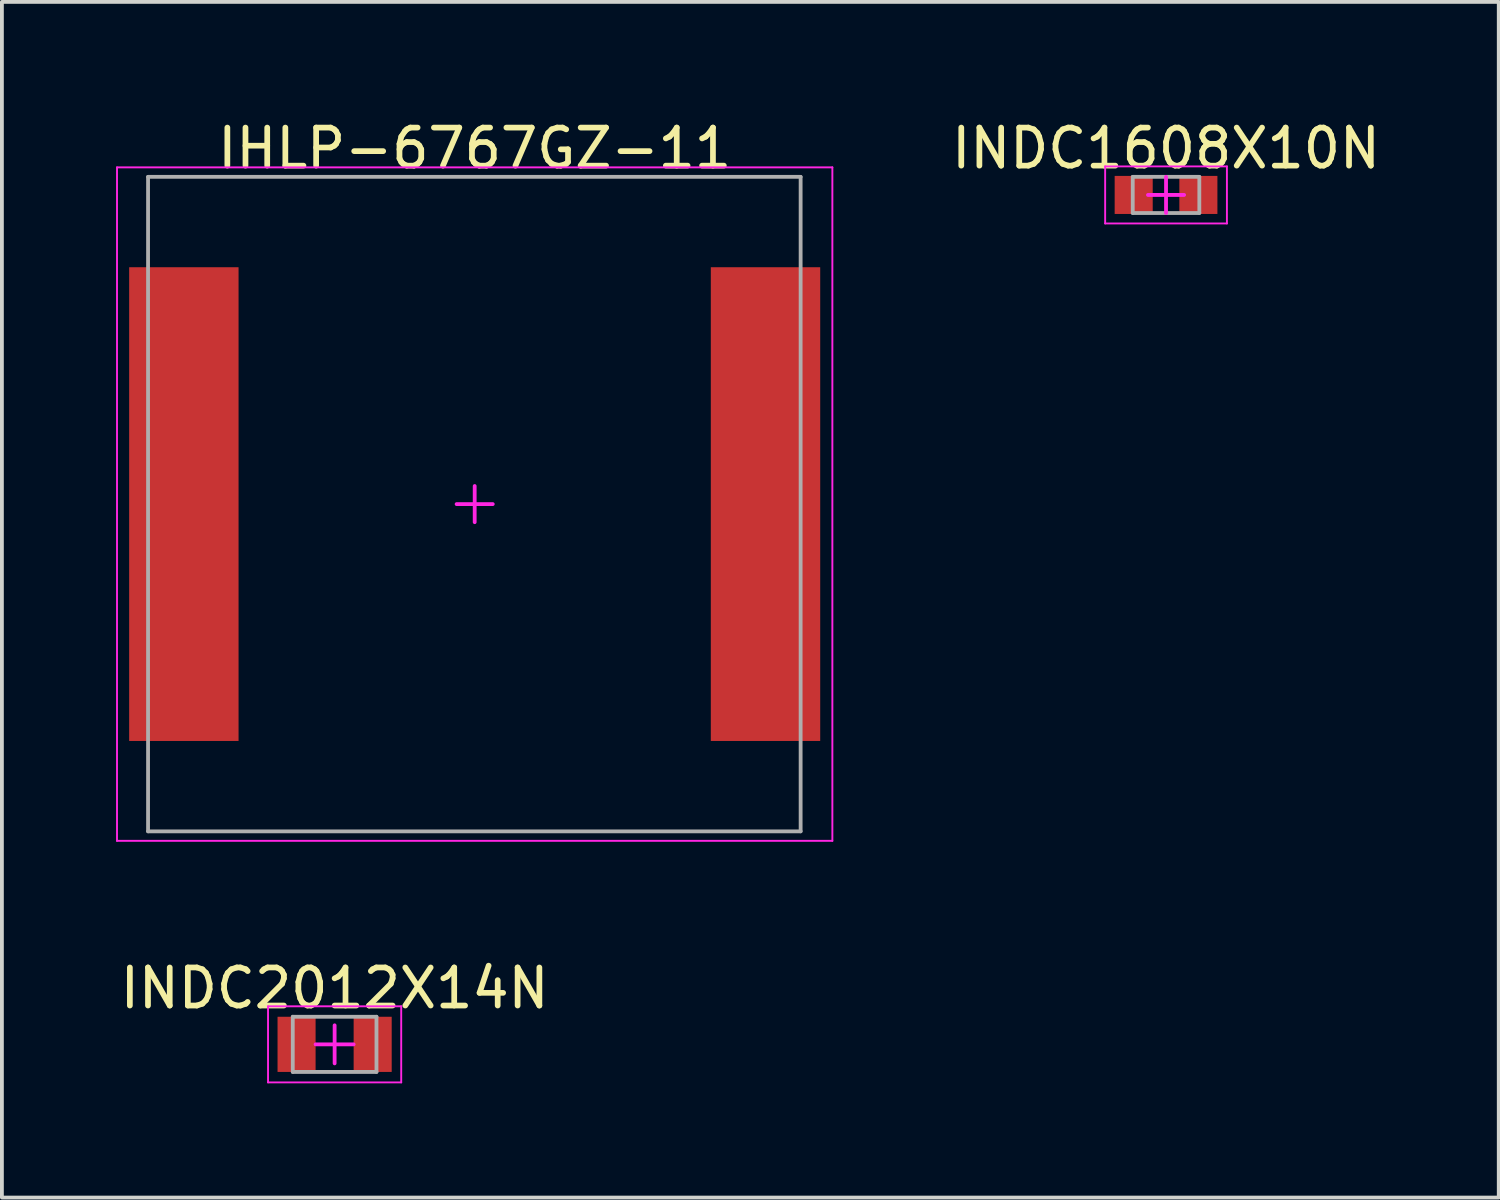
<source format=kicad_pcb>
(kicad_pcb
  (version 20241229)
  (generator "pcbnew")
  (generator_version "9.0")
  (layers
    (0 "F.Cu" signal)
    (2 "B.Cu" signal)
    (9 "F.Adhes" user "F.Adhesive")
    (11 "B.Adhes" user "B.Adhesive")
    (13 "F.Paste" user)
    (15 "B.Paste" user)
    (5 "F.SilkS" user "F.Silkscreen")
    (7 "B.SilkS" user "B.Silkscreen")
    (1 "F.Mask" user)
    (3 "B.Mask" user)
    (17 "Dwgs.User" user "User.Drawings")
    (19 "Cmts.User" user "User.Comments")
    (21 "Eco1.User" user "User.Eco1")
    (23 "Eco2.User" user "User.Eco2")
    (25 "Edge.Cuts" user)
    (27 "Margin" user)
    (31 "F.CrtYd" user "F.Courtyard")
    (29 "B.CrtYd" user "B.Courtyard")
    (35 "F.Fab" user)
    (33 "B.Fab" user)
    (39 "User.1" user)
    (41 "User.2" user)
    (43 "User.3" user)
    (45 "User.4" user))
  (footprint "INDC2012X14N"
    (layer "F.Cu")
    (at 5.744 24.396)
    (property "Reference" "INDC2012X14N" (at 0 -1.475 0) (layer "F.SilkS") (effects (font (size 1 1) (thickness 0.15))))
    (fp_line (start -1.75 -1) (end 1.75 -1) (stroke (width 0.05) (type solid)) (layer "F.CrtYd"))
    (fp_line (start -1.75 1) (end -1.75 -1) (stroke (width 0.05) (type solid)) (layer "F.CrtYd"))
    (fp_line (start -1.75 1) (end 1.75 1) (stroke (width 0.05) (type solid)) (layer "F.CrtYd"))
    (fp_line (start -0.5 0) (end 0.5 0) (stroke (width 0.1) (type solid)) (layer "F.CrtYd"))
    (fp_line (start 0 0.5) (end 0 -0.5) (stroke (width 0.1) (type solid)) (layer "F.CrtYd"))
    (fp_line (start 1.75 1) (end 1.75 -1) (stroke (width 0.05) (type solid)) (layer "F.CrtYd"))
    (fp_line (start -1.1 -0.725) (end 1.1 -0.725) (stroke (width 0.1) (type solid)) (layer "F.Fab"))
    (fp_line (start -1.1 0.725) (end -1.1 -0.725) (stroke (width 0.1) (type solid)) (layer "F.Fab"))
    (fp_line (start -1.1 0.725) (end 1.1 0.725) (stroke (width 0.1) (type solid)) (layer "F.Fab"))
    (fp_line (start 1.1 0.725) (end 1.1 -0.725) (stroke (width 0.1) (type solid)) (layer "F.Fab"))
    (pad "1" smd rect (at -1 0 90) (size 1.45 1) (layers "F.Cu" "F.Mask" "F.Paste"))
    (pad "2" smd rect (at 1 0 90) (size 1.45 1) (layers "F.Cu" "F.Mask" "F.Paste")))
  (footprint "IHLP-6767GZ-11"
    (layer "F.Cu")
    (at 9.425 10.198)
    (property "Reference" "IHLP-6767GZ-11" (at 0 -9.35 0) (layer "F.SilkS") (effects (font (size 1 1) (thickness 0.15))))
    (fp_line (start -9.4 -8.85) (end 9.4 -8.85) (stroke (width 0.05) (type solid)) (layer "F.CrtYd"))
    (fp_line (start -9.4 8.85) (end -9.4 -8.85) (stroke (width 0.05) (type solid)) (layer "F.CrtYd"))
    (fp_line (start -9.4 8.85) (end 9.4 8.85) (stroke (width 0.05) (type solid)) (layer "F.CrtYd"))
    (fp_line (start -0.475 0) (end 0.475 0) (stroke (width 0.1) (type solid)) (layer "F.CrtYd"))
    (fp_line (start 0 0.475) (end 0 -0.475) (stroke (width 0.1) (type solid)) (layer "F.CrtYd"))
    (fp_line (start 9.4 8.85) (end 9.4 -8.85) (stroke (width 0.05) (type solid)) (layer "F.CrtYd"))
    (fp_line (start -8.584 -8.6) (end 8.566 -8.6) (stroke (width 0.1) (type solid)) (layer "F.Fab"))
    (fp_line (start -8.584 8.6) (end -8.584 -8.6) (stroke (width 0.1) (type solid)) (layer "F.Fab"))
    (fp_line (start -8.584 8.6) (end 8.566 8.6) (stroke (width 0.1) (type solid)) (layer "F.Fab"))
    (fp_line (start 8.566 8.6) (end 8.566 -8.6) (stroke (width 0.1) (type solid)) (layer "F.Fab"))
    (pad "1" smd rect (at -7.643 0) (size 2.875 12.45) (layers "F.Cu" "F.Mask" "F.Paste"))
    (pad "2" smd rect (at 7.643 0) (size 2.875 12.45) (layers "F.Cu" "F.Mask" "F.Paste")))
  (footprint "INDC1608X10N"
    (layer "F.Cu")
    (at 27.594 2.073)
    (property "Reference" "INDC1608X10N" (at 0 -1.225 0) (layer "F.SilkS") (effects (font (size 1 1) (thickness 0.15))))
    (fp_line (start -1.6 -0.75) (end 1.6 -0.75) (stroke (width 0.05) (type solid)) (layer "F.CrtYd"))
    (fp_line (start -1.6 0.75) (end -1.6 -0.75) (stroke (width 0.05) (type solid)) (layer "F.CrtYd"))
    (fp_line (start -1.6 0.75) (end 1.6 0.75) (stroke (width 0.05) (type solid)) (layer "F.CrtYd"))
    (fp_line (start -0.475 0) (end 0.475 0) (stroke (width 0.1) (type solid)) (layer "F.CrtYd"))
    (fp_line (start 0 0.475) (end 0 -0.475) (stroke (width 0.1) (type solid)) (layer "F.CrtYd"))
    (fp_line (start 1.6 0.75) (end 1.6 -0.75) (stroke (width 0.05) (type solid)) (layer "F.CrtYd"))
    (fp_line (start -0.875 -0.475) (end 0.875 -0.475) (stroke (width 0.1) (type solid)) (layer "F.Fab"))
    (fp_line (start -0.875 0.475) (end -0.875 -0.475) (stroke (width 0.1) (type solid)) (layer "F.Fab"))
    (fp_line (start -0.875 0.475) (end 0.875 0.475) (stroke (width 0.1) (type solid)) (layer "F.Fab"))
    (fp_line (start 0.875 0.475) (end 0.875 -0.475) (stroke (width 0.1) (type solid)) (layer "F.Fab"))
    (pad "1" smd rect (at -0.85 0 90) (size 1 1) (layers "F.Cu" "F.Mask" "F.Paste"))
    (pad "2" smd rect (at 0.85 0 90) (size 1 1) (layers "F.Cu" "F.Mask" "F.Paste")))
  (gr_rect
    (start -3 -3)
    (end 36.338 28.422)
    (stroke (width 0.1) (type default))
    (fill no)
    (layer "Edge.Cuts")))
</source>
